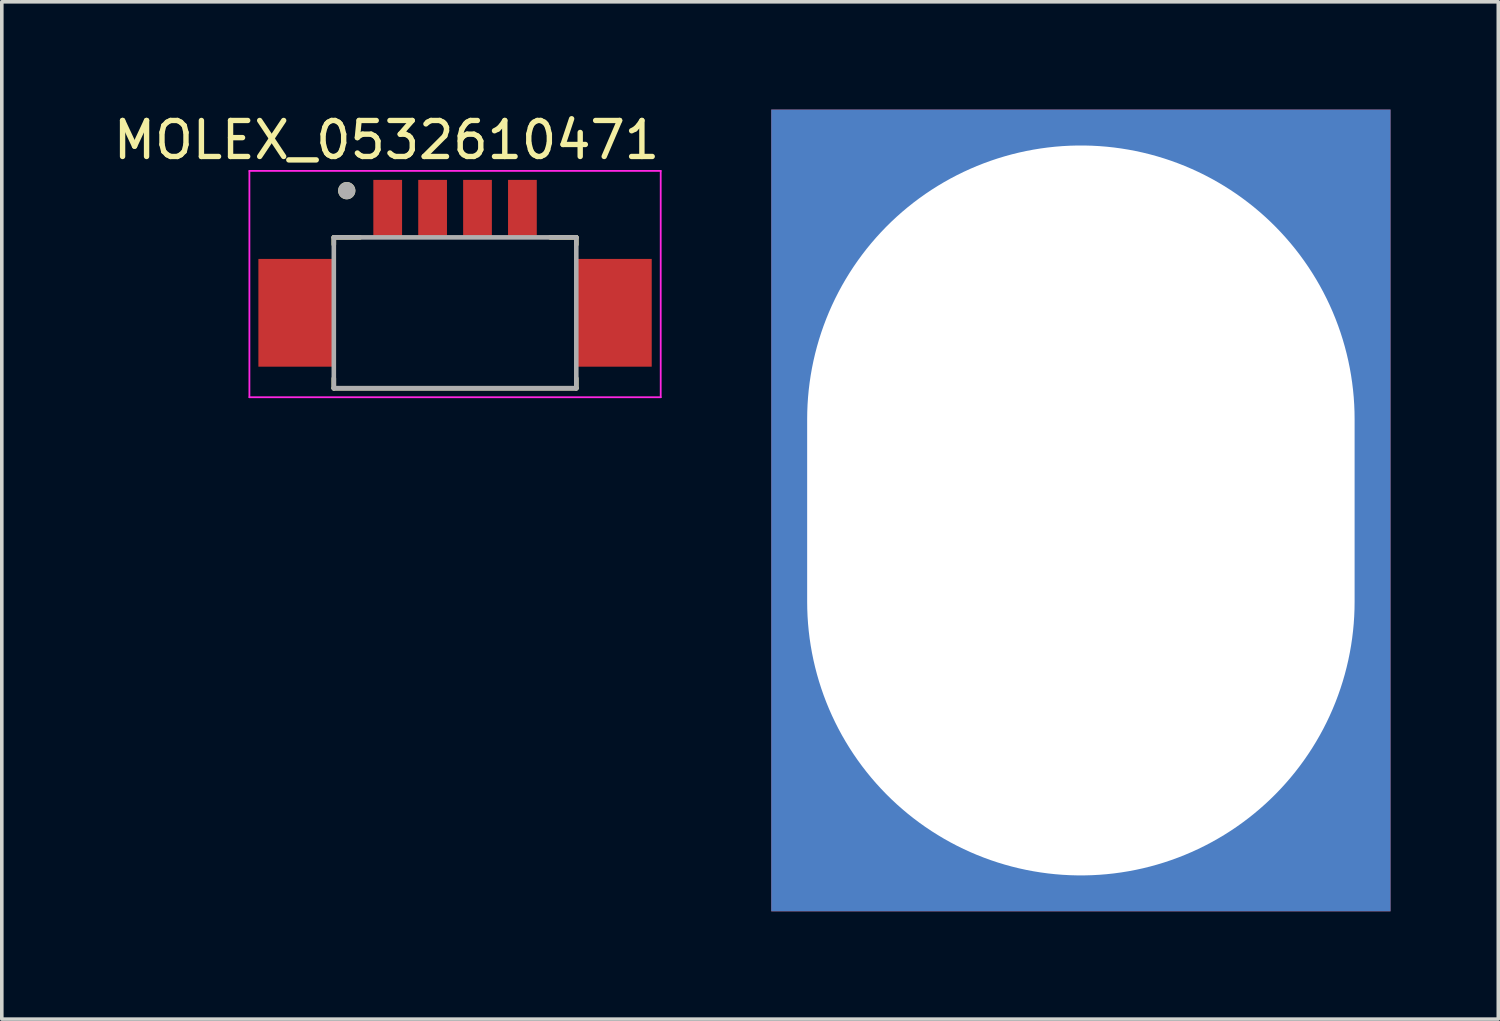
<source format=kicad_pcb>
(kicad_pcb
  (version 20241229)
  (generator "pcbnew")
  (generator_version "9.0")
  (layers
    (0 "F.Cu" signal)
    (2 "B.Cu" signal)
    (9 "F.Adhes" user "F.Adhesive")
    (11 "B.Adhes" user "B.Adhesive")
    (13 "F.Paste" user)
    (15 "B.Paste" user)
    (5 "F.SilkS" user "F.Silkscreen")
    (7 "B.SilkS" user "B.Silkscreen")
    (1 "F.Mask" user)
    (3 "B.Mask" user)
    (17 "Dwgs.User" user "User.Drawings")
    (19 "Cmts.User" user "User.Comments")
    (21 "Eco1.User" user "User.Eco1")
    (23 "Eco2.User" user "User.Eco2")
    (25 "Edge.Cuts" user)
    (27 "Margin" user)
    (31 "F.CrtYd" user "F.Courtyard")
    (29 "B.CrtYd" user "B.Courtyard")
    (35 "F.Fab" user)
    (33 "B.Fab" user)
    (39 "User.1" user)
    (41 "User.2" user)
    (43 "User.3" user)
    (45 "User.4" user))
  (footprint "SquareHole"
    (layer "F.Cu")
    (at 27.04 11.16)
    (property "Reference" "SquareHole" (at 0 -0.5 0) (unlocked yes) (layer "F.SilkS") (effects (font (size 1 1) (thickness 0.1))))
    (attr through_hole)
    (fp_text user "${REFERENCE}" (at 0 2.5 0) (unlocked yes) (layer "F.Fab") (effects (font (size 1 1) (thickness 0.15))))
    (pad "1" thru_hole custom (at 0 0) (size 17.24 22.32) (drill oval 15.24 20.32) (layers "*.Cu" "*.Mask") (options (anchor rect)) (primitives)))
  (footprint "MOLEX_0532610471"
    (layer "F.Cu")
    (at 9.618 2.758)
    (property "Reference" "MOLEX_0532610471" (at -1.908 -1.908 0) (layer "F.SilkS") (effects (font (size 1.002 1.002) (thickness 0.15))))
    (attr smd)
    (fp_line (start -3.375 0.8) (end -3.375 1) (stroke (width 0.127) (type solid)) (layer "F.SilkS"))
    (fp_line (start -3.375 5) (end -3.375 4.725) (stroke (width 0.127) (type solid)) (layer "F.SilkS"))
    (fp_line (start -3.375 5) (end 3.375 5) (stroke (width 0.127) (type solid)) (layer "F.SilkS"))
    (fp_line (start -2.65 0.8) (end -3.375 0.8) (stroke (width 0.127) (type solid)) (layer "F.SilkS"))
    (fp_line (start 2.65 0.8) (end 3.375 0.8) (stroke (width 0.127) (type solid)) (layer "F.SilkS"))
    (fp_line (start 3.375 0.8) (end 3.375 1) (stroke (width 0.127) (type solid)) (layer "F.SilkS"))
    (fp_line (start 3.375 5) (end 3.375 4.725) (stroke (width 0.127) (type solid)) (layer "F.SilkS"))
    (fp_circle (center -3.015 -0.5) (end -2.895 -0.5) (stroke (width 0.24) (type solid)) (fill no) (layer "F.SilkS"))
    (fp_line (start -5.725 -1.05) (end 5.725 -1.05) (stroke (width 0.05) (type solid)) (layer "F.CrtYd"))
    (fp_line (start -5.725 5.25) (end -5.725 -1.05) (stroke (width 0.05) (type solid)) (layer "F.CrtYd"))
    (fp_line (start 5.725 -1.05) (end 5.725 5.25) (stroke (width 0.05) (type solid)) (layer "F.CrtYd"))
    (fp_line (start 5.725 5.25) (end -5.725 5.25) (stroke (width 0.05) (type solid)) (layer "F.CrtYd"))
    (fp_line (start -3.375 0.8) (end 3.375 0.8) (stroke (width 0.127) (type solid)) (layer "F.Fab"))
    (fp_line (start -3.375 5) (end -3.375 0.8) (stroke (width 0.127) (type solid)) (layer "F.Fab"))
    (fp_line (start -3.375 5) (end 3.375 5) (stroke (width 0.127) (type solid)) (layer "F.Fab"))
    (fp_line (start 3.375 0.8) (end 3.375 5) (stroke (width 0.127) (type solid)) (layer "F.Fab"))
    (fp_circle (center -3.015 -0.5) (end -2.895 -0.5) (stroke (width 0.24) (type solid)) (fill no) (layer "F.Fab"))
    (pad "1" smd rect (at -1.875 0) (size 0.8 1.6) (layers "F.Cu" "F.Mask" "F.Paste"))
    (pad "2" smd rect (at -0.625 0) (size 0.8 1.6) (layers "F.Cu" "F.Mask" "F.Paste"))
    (pad "3" smd rect (at 0.625 0) (size 0.8 1.6) (layers "F.Cu" "F.Mask" "F.Paste"))
    (pad "4" smd rect (at 1.875 0) (size 0.8 1.6) (layers "F.Cu" "F.Mask" "F.Paste"))
    (pad "S1" smd rect (at -4.425 2.9) (size 2.1 3) (layers "F.Cu" "F.Mask" "F.Paste"))
    (pad "S2" smd rect (at 4.425 2.9) (size 2.1 3) (layers "F.Cu" "F.Mask" "F.Paste")))
  (gr_rect
    (start -3 -3)
    (end 38.66 25.32)
    (stroke (width 0.1) (type default))
    (fill no)
    (layer "Edge.Cuts")))
</source>
